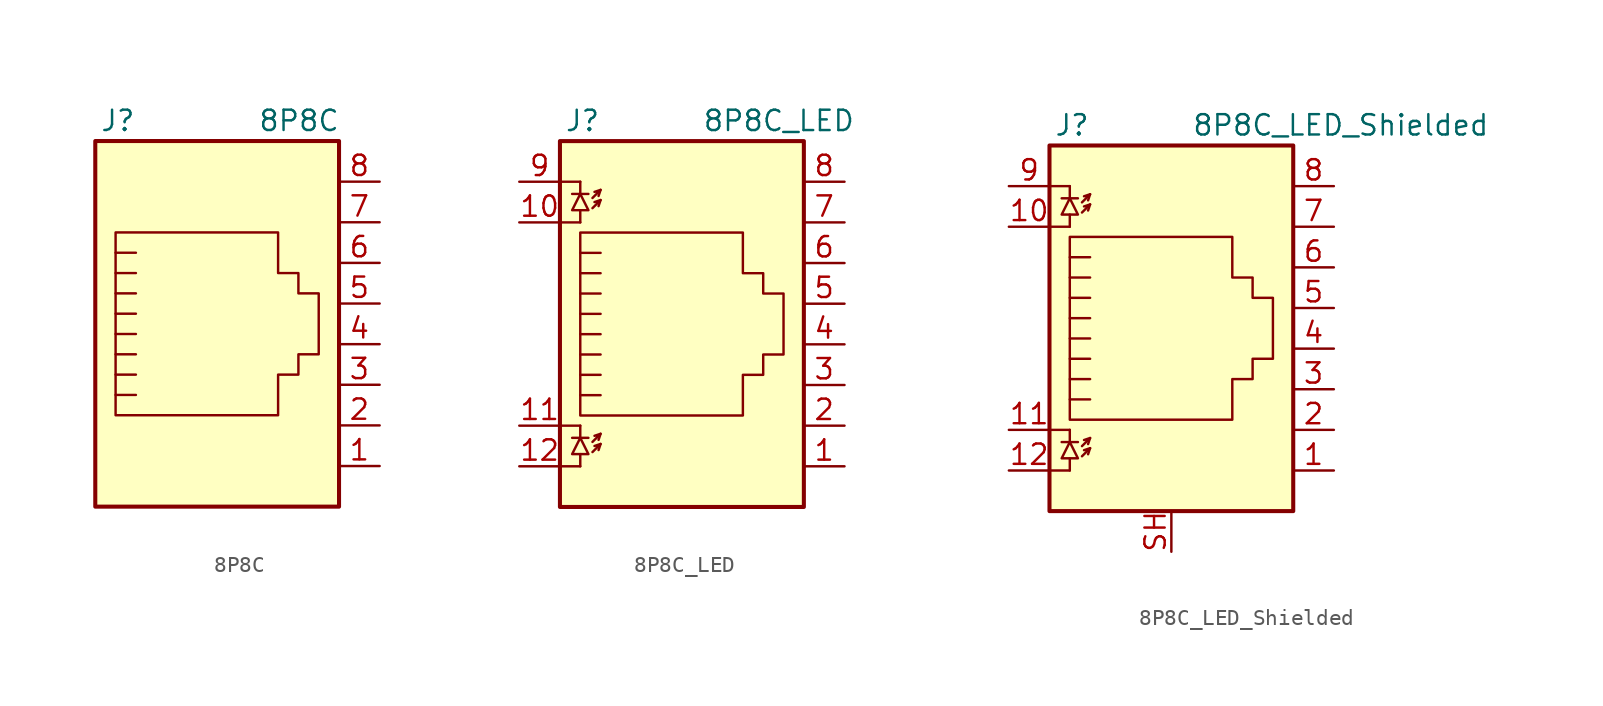
<source format=kicad_sym>
(kicad_symbol_lib
  (version 20220914)
  (generator kicad_symbol_editor)
  (symbol "8P8C"
    (pin_names
      (offset 1.016))
    (property "Reference" "J"
      (at -5.08 13.97 0)
      (effects (font (size 1.27 1.27)) (justify right)))
    (property "Value" "8P8C"
      (at 2.54 13.97 0)
      (effects (font (size 1.27 1.27)) (justify left)))
    (symbol "8P8C_0_1"
      (polyline (pts (xy -5.08 4.445) (xy -6.35 4.445)) (stroke (width 0) (type default)) (fill (type none)))
      (polyline (pts (xy -5.08 5.715) (xy -6.35 5.715)) (stroke (width 0) (type default)) (fill (type none)))
      (polyline (pts (xy -6.35 -3.175) (xy -5.08 -3.175) (xy -5.08 -3.175)) (stroke (width 0) (type default)) (fill (type none)))
      (polyline (pts (xy -6.35 -1.905) (xy -5.08 -1.905) (xy -5.08 -1.905)) (stroke (width 0) (type default)) (fill (type none)))
      (polyline (pts (xy -6.35 -0.635) (xy -5.08 -0.635) (xy -5.08 -0.635)) (stroke (width 0) (type default)) (fill (type none)))
      (polyline (pts (xy -6.35 0.635) (xy -5.08 0.635) (xy -5.08 0.635)) (stroke (width 0) (type default)) (fill (type none)))
      (polyline (pts (xy -6.35 1.905) (xy -5.08 1.905) (xy -5.08 1.905)) (stroke (width 0) (type default)) (fill (type none)))
      (polyline (pts (xy -5.08 3.175) (xy -6.35 3.175) (xy -6.35 3.175)) (stroke (width 0) (type default)) (fill (type none)))
      (polyline (pts (xy -6.35 -4.445) (xy -6.35 6.985) (xy 3.81 6.985) (xy 3.81 4.445) (xy 5.08 4.445) (xy 5.08 3.175) (xy 6.35 3.175) (xy 6.35 -0.635) (xy 5.08 -0.635) (xy 5.08 -1.905) (xy 3.81 -1.905) (xy 3.81 -4.445) (xy -6.35 -4.445) (xy -6.35 -4.445)) (stroke (width 0) (type default)) (fill (type none)))
      (rectangle (start 7.62 12.7) (end -7.62 -10.16) (stroke (width 0.254) (type default)) (fill (type background))))
    (symbol "8P8C_1_1"
      (pin passive line (at 10.16 -7.62 180) (length 2.54) (name "~" (effects (font (size 1.27 1.27)))) (number "1" (effects (font (size 1.27 1.27)))))
      (pin passive line (at 10.16 -5.08 180) (length 2.54) (name "~" (effects (font (size 1.27 1.27)))) (number "2" (effects (font (size 1.27 1.27)))))
      (pin passive line (at 10.16 -2.54 180) (length 2.54) (name "~" (effects (font (size 1.27 1.27)))) (number "3" (effects (font (size 1.27 1.27)))))
      (pin passive line (at 10.16 0 180) (length 2.54) (name "~" (effects (font (size 1.27 1.27)))) (number "4" (effects (font (size 1.27 1.27)))))
      (pin passive line (at 10.16 2.54 180) (length 2.54) (name "~" (effects (font (size 1.27 1.27)))) (number "5" (effects (font (size 1.27 1.27)))))
      (pin passive line (at 10.16 5.08 180) (length 2.54) (name "~" (effects (font (size 1.27 1.27)))) (number "6" (effects (font (size 1.27 1.27)))))
      (pin passive line (at 10.16 7.62 180) (length 2.54) (name "~" (effects (font (size 1.27 1.27)))) (number "7" (effects (font (size 1.27 1.27)))))
      (pin passive line (at 10.16 10.16 180) (length 2.54) (name "~" (effects (font (size 1.27 1.27)))) (number "8" (effects (font (size 1.27 1.27)))))))
  (symbol "8P8C_LED"
    (pin_names
      (offset 1.016))
    (property "Reference" "J"
      (at -5.08 13.97 0)
      (effects (font (size 1.27 1.27)) (justify right)))
    (property "Value" "8P8C_LED"
      (at 1.27 13.97 0)
      (effects (font (size 1.27 1.27)) (justify left)))
    (symbol "8P8C_LED_0_1"
      (polyline (pts (xy -7.62 -7.62) (xy -6.35 -7.62)) (stroke (width 0) (type default)) (fill (type none)))
      (polyline (pts (xy -7.62 -5.08) (xy -6.35 -5.08)) (stroke (width 0) (type default)) (fill (type none)))
      (polyline (pts (xy -7.62 7.62) (xy -6.35 7.62)) (stroke (width 0) (type default)) (fill (type none)))
      (polyline (pts (xy -7.62 10.16) (xy -6.35 10.16)) (stroke (width 0) (type default)) (fill (type none)))
      (polyline (pts (xy -6.858 -5.842) (xy -5.842 -5.842)) (stroke (width 0) (type default)) (fill (type none)))
      (polyline (pts (xy -6.858 9.398) (xy -5.842 9.398)) (stroke (width 0) (type default)) (fill (type none)))
      (polyline (pts (xy -6.35 -7.62) (xy -6.35 -6.858)) (stroke (width 0) (type default)) (fill (type none)))
      (polyline (pts (xy -6.35 -5.08) (xy -6.35 -5.842)) (stroke (width 0) (type default)) (fill (type none)))
      (polyline (pts (xy -6.35 7.62) (xy -6.35 8.382)) (stroke (width 0) (type default)) (fill (type none)))
      (polyline (pts (xy -6.35 10.16) (xy -6.35 9.398)) (stroke (width 0) (type default)) (fill (type none)))
      (polyline (pts (xy -5.08 -6.223) (xy -5.207 -6.604)) (stroke (width 0) (type default)) (fill (type none)))
      (polyline (pts (xy -5.08 -5.588) (xy -5.207 -5.969)) (stroke (width 0) (type default)) (fill (type none)))
      (polyline (pts (xy -5.08 4.445) (xy -6.35 4.445)) (stroke (width 0) (type default)) (fill (type none)))
      (polyline (pts (xy -5.08 5.715) (xy -6.35 5.715)) (stroke (width 0) (type default)) (fill (type none)))
      (polyline (pts (xy -5.08 9.017) (xy -5.207 8.636)) (stroke (width 0) (type default)) (fill (type none)))
      (polyline (pts (xy -5.08 9.652) (xy -5.207 9.271)) (stroke (width 0) (type default)) (fill (type none)))
      (polyline (pts (xy -6.35 -3.175) (xy -5.08 -3.175) (xy -5.08 -3.175)) (stroke (width 0) (type default)) (fill (type none)))
      (polyline (pts (xy -6.35 -1.905) (xy -5.08 -1.905) (xy -5.08 -1.905)) (stroke (width 0) (type default)) (fill (type none)))
      (polyline (pts (xy -6.35 -0.635) (xy -5.08 -0.635) (xy -5.08 -0.635)) (stroke (width 0) (type default)) (fill (type none)))
      (polyline (pts (xy -6.35 0.635) (xy -5.08 0.635) (xy -5.08 0.635)) (stroke (width 0) (type default)) (fill (type none)))
      (polyline (pts (xy -6.35 1.905) (xy -5.08 1.905) (xy -5.08 1.905)) (stroke (width 0) (type default)) (fill (type none)))
      (polyline (pts (xy -5.588 -6.731) (xy -5.08 -6.223) (xy -5.461 -6.35)) (stroke (width 0) (type default)) (fill (type none)))
      (polyline (pts (xy -5.588 -6.096) (xy -5.08 -5.588) (xy -5.461 -5.715)) (stroke (width 0) (type default)) (fill (type none)))
      (polyline (pts (xy -5.588 8.509) (xy -5.08 9.017) (xy -5.461 8.89)) (stroke (width 0) (type default)) (fill (type none)))
      (polyline (pts (xy -5.588 9.144) (xy -5.08 9.652) (xy -5.461 9.525)) (stroke (width 0) (type default)) (fill (type none)))
      (polyline (pts (xy -5.08 3.175) (xy -6.35 3.175) (xy -6.35 3.175)) (stroke (width 0) (type default)) (fill (type none)))
      (polyline (pts (xy -6.35 -5.842) (xy -6.858 -6.858) (xy -5.842 -6.858) (xy -6.35 -5.842)) (stroke (width 0) (type default)) (fill (type none)))
      (polyline (pts (xy -6.35 9.398) (xy -6.858 8.382) (xy -5.842 8.382) (xy -6.35 9.398)) (stroke (width 0) (type default)) (fill (type none)))
      (polyline (pts (xy -6.35 -4.445) (xy -6.35 6.985) (xy 3.81 6.985) (xy 3.81 4.445) (xy 5.08 4.445) (xy 5.08 3.175) (xy 6.35 3.175) (xy 6.35 -0.635) (xy 5.08 -0.635) (xy 5.08 -1.905) (xy 3.81 -1.905) (xy 3.81 -4.445) (xy -6.35 -4.445) (xy -6.35 -4.445)) (stroke (width 0) (type default)) (fill (type none)))
      (rectangle (start 7.62 12.7) (end -7.62 -10.16) (stroke (width 0.254) (type default)) (fill (type background))))
    (symbol "8P8C_LED_1_1"
      (pin passive line (at 10.16 -7.62 180) (length 2.54) (name "~" (effects (font (size 1.27 1.27)))) (number "1" (effects (font (size 1.27 1.27)))))
      (pin passive line (at -10.16 7.62 0) (length 2.54) (name "~" (effects (font (size 1.27 1.27)))) (number "10" (effects (font (size 1.27 1.27)))))
      (pin passive line (at -10.16 -5.08 0) (length 2.54) (name "~" (effects (font (size 1.27 1.27)))) (number "11" (effects (font (size 1.27 1.27)))))
      (pin passive line (at -10.16 -7.62 0) (length 2.54) (name "~" (effects (font (size 1.27 1.27)))) (number "12" (effects (font (size 1.27 1.27)))))
      (pin passive line (at 10.16 -5.08 180) (length 2.54) (name "~" (effects (font (size 1.27 1.27)))) (number "2" (effects (font (size 1.27 1.27)))))
      (pin passive line (at 10.16 -2.54 180) (length 2.54) (name "~" (effects (font (size 1.27 1.27)))) (number "3" (effects (font (size 1.27 1.27)))))
      (pin passive line (at 10.16 0 180) (length 2.54) (name "~" (effects (font (size 1.27 1.27)))) (number "4" (effects (font (size 1.27 1.27)))))
      (pin passive line (at 10.16 2.54 180) (length 2.54) (name "~" (effects (font (size 1.27 1.27)))) (number "5" (effects (font (size 1.27 1.27)))))
      (pin passive line (at 10.16 5.08 180) (length 2.54) (name "~" (effects (font (size 1.27 1.27)))) (number "6" (effects (font (size 1.27 1.27)))))
      (pin passive line (at 10.16 7.62 180) (length 2.54) (name "~" (effects (font (size 1.27 1.27)))) (number "7" (effects (font (size 1.27 1.27)))))
      (pin passive line (at 10.16 10.16 180) (length 2.54) (name "~" (effects (font (size 1.27 1.27)))) (number "8" (effects (font (size 1.27 1.27)))))
      (pin passive line (at -10.16 10.16 0) (length 2.54) (name "~" (effects (font (size 1.27 1.27)))) (number "9" (effects (font (size 1.27 1.27)))))))
  (symbol "8P8C_LED_Shielded"
    (pin_names
      (offset 1.016))
    (property "Reference" "J"
      (at -5.08 13.97 0)
      (effects (font (size 1.27 1.27)) (justify right)))
    (property "Value" "8P8C_LED_Shielded"
      (at 1.27 13.97 0)
      (effects (font (size 1.27 1.27)) (justify left)))
    (symbol "8P8C_LED_Shielded_0_1"
      (polyline (pts (xy -7.62 -7.62) (xy -6.35 -7.62)) (stroke (width 0) (type default)) (fill (type none)))
      (polyline (pts (xy -7.62 -5.08) (xy -6.35 -5.08)) (stroke (width 0) (type default)) (fill (type none)))
      (polyline (pts (xy -7.62 7.62) (xy -6.35 7.62)) (stroke (width 0) (type default)) (fill (type none)))
      (polyline (pts (xy -7.62 10.16) (xy -6.35 10.16)) (stroke (width 0) (type default)) (fill (type none)))
      (polyline (pts (xy -6.858 -5.842) (xy -5.842 -5.842)) (stroke (width 0) (type default)) (fill (type none)))
      (polyline (pts (xy -6.858 9.398) (xy -5.842 9.398)) (stroke (width 0) (type default)) (fill (type none)))
      (polyline (pts (xy -6.35 -7.62) (xy -6.35 -6.858)) (stroke (width 0) (type default)) (fill (type none)))
      (polyline (pts (xy -6.35 -5.08) (xy -6.35 -5.842)) (stroke (width 0) (type default)) (fill (type none)))
      (polyline (pts (xy -6.35 7.62) (xy -6.35 8.382)) (stroke (width 0) (type default)) (fill (type none)))
      (polyline (pts (xy -6.35 10.16) (xy -6.35 9.398)) (stroke (width 0) (type default)) (fill (type none)))
      (polyline (pts (xy -5.08 -6.223) (xy -5.207 -6.604)) (stroke (width 0) (type default)) (fill (type none)))
      (polyline (pts (xy -5.08 -5.588) (xy -5.207 -5.969)) (stroke (width 0) (type default)) (fill (type none)))
      (polyline (pts (xy -5.08 4.445) (xy -6.35 4.445)) (stroke (width 0) (type default)) (fill (type none)))
      (polyline (pts (xy -5.08 5.715) (xy -6.35 5.715)) (stroke (width 0) (type default)) (fill (type none)))
      (polyline (pts (xy -5.08 9.017) (xy -5.207 8.636)) (stroke (width 0) (type default)) (fill (type none)))
      (polyline (pts (xy -5.08 9.652) (xy -5.207 9.271)) (stroke (width 0) (type default)) (fill (type none)))
      (polyline (pts (xy -6.35 -3.175) (xy -5.08 -3.175) (xy -5.08 -3.175)) (stroke (width 0) (type default)) (fill (type none)))
      (polyline (pts (xy -6.35 -1.905) (xy -5.08 -1.905) (xy -5.08 -1.905)) (stroke (width 0) (type default)) (fill (type none)))
      (polyline (pts (xy -6.35 -0.635) (xy -5.08 -0.635) (xy -5.08 -0.635)) (stroke (width 0) (type default)) (fill (type none)))
      (polyline (pts (xy -6.35 0.635) (xy -5.08 0.635) (xy -5.08 0.635)) (stroke (width 0) (type default)) (fill (type none)))
      (polyline (pts (xy -6.35 1.905) (xy -5.08 1.905) (xy -5.08 1.905)) (stroke (width 0) (type default)) (fill (type none)))
      (polyline (pts (xy -5.588 -6.731) (xy -5.08 -6.223) (xy -5.461 -6.35)) (stroke (width 0) (type default)) (fill (type none)))
      (polyline (pts (xy -5.588 -6.096) (xy -5.08 -5.588) (xy -5.461 -5.715)) (stroke (width 0) (type default)) (fill (type none)))
      (polyline (pts (xy -5.588 8.509) (xy -5.08 9.017) (xy -5.461 8.89)) (stroke (width 0) (type default)) (fill (type none)))
      (polyline (pts (xy -5.588 9.144) (xy -5.08 9.652) (xy -5.461 9.525)) (stroke (width 0) (type default)) (fill (type none)))
      (polyline (pts (xy -5.08 3.175) (xy -6.35 3.175) (xy -6.35 3.175)) (stroke (width 0) (type default)) (fill (type none)))
      (polyline (pts (xy -6.35 -5.842) (xy -6.858 -6.858) (xy -5.842 -6.858) (xy -6.35 -5.842)) (stroke (width 0) (type default)) (fill (type none)))
      (polyline (pts (xy -6.35 9.398) (xy -6.858 8.382) (xy -5.842 8.382) (xy -6.35 9.398)) (stroke (width 0) (type default)) (fill (type none)))
      (polyline (pts (xy -6.35 -4.445) (xy -6.35 6.985) (xy 3.81 6.985) (xy 3.81 4.445) (xy 5.08 4.445) (xy 5.08 3.175) (xy 6.35 3.175) (xy 6.35 -0.635) (xy 5.08 -0.635) (xy 5.08 -1.905) (xy 3.81 -1.905) (xy 3.81 -4.445) (xy -6.35 -4.445) (xy -6.35 -4.445)) (stroke (width 0) (type default)) (fill (type none)))
      (rectangle (start 7.62 12.7) (end -7.62 -10.16) (stroke (width 0.254) (type default)) (fill (type background))))
    (symbol "8P8C_LED_Shielded_1_1"
      (pin passive line (at 10.16 -7.62 180) (length 2.54) (name "~" (effects (font (size 1.27 1.27)))) (number "1" (effects (font (size 1.27 1.27)))))
      (pin passive line (at -10.16 7.62 0) (length 2.54) (name "~" (effects (font (size 1.27 1.27)))) (number "10" (effects (font (size 1.27 1.27)))))
      (pin passive line (at -10.16 -5.08 0) (length 2.54) (name "~" (effects (font (size 1.27 1.27)))) (number "11" (effects (font (size 1.27 1.27)))))
      (pin passive line (at -10.16 -7.62 0) (length 2.54) (name "~" (effects (font (size 1.27 1.27)))) (number "12" (effects (font (size 1.27 1.27)))))
      (pin passive line (at 10.16 -5.08 180) (length 2.54) (name "~" (effects (font (size 1.27 1.27)))) (number "2" (effects (font (size 1.27 1.27)))))
      (pin passive line (at 10.16 -2.54 180) (length 2.54) (name "~" (effects (font (size 1.27 1.27)))) (number "3" (effects (font (size 1.27 1.27)))))
      (pin passive line (at 10.16 0 180) (length 2.54) (name "~" (effects (font (size 1.27 1.27)))) (number "4" (effects (font (size 1.27 1.27)))))
      (pin passive line (at 10.16 2.54 180) (length 2.54) (name "~" (effects (font (size 1.27 1.27)))) (number "5" (effects (font (size 1.27 1.27)))))
      (pin passive line (at 10.16 5.08 180) (length 2.54) (name "~" (effects (font (size 1.27 1.27)))) (number "6" (effects (font (size 1.27 1.27)))))
      (pin passive line (at 10.16 7.62 180) (length 2.54) (name "~" (effects (font (size 1.27 1.27)))) (number "7" (effects (font (size 1.27 1.27)))))
      (pin passive line (at 10.16 10.16 180) (length 2.54) (name "~" (effects (font (size 1.27 1.27)))) (number "8" (effects (font (size 1.27 1.27)))))
      (pin passive line (at -10.16 10.16 0) (length 2.54) (name "~" (effects (font (size 1.27 1.27)))) (number "9" (effects (font (size 1.27 1.27)))))
      (pin passive line (at 0 -12.7 90) (length 2.54) (name "~" (effects (font (size 1.27 1.27)))) (number "SH" (effects (font (size 1.27 1.27))))))))
</source>
